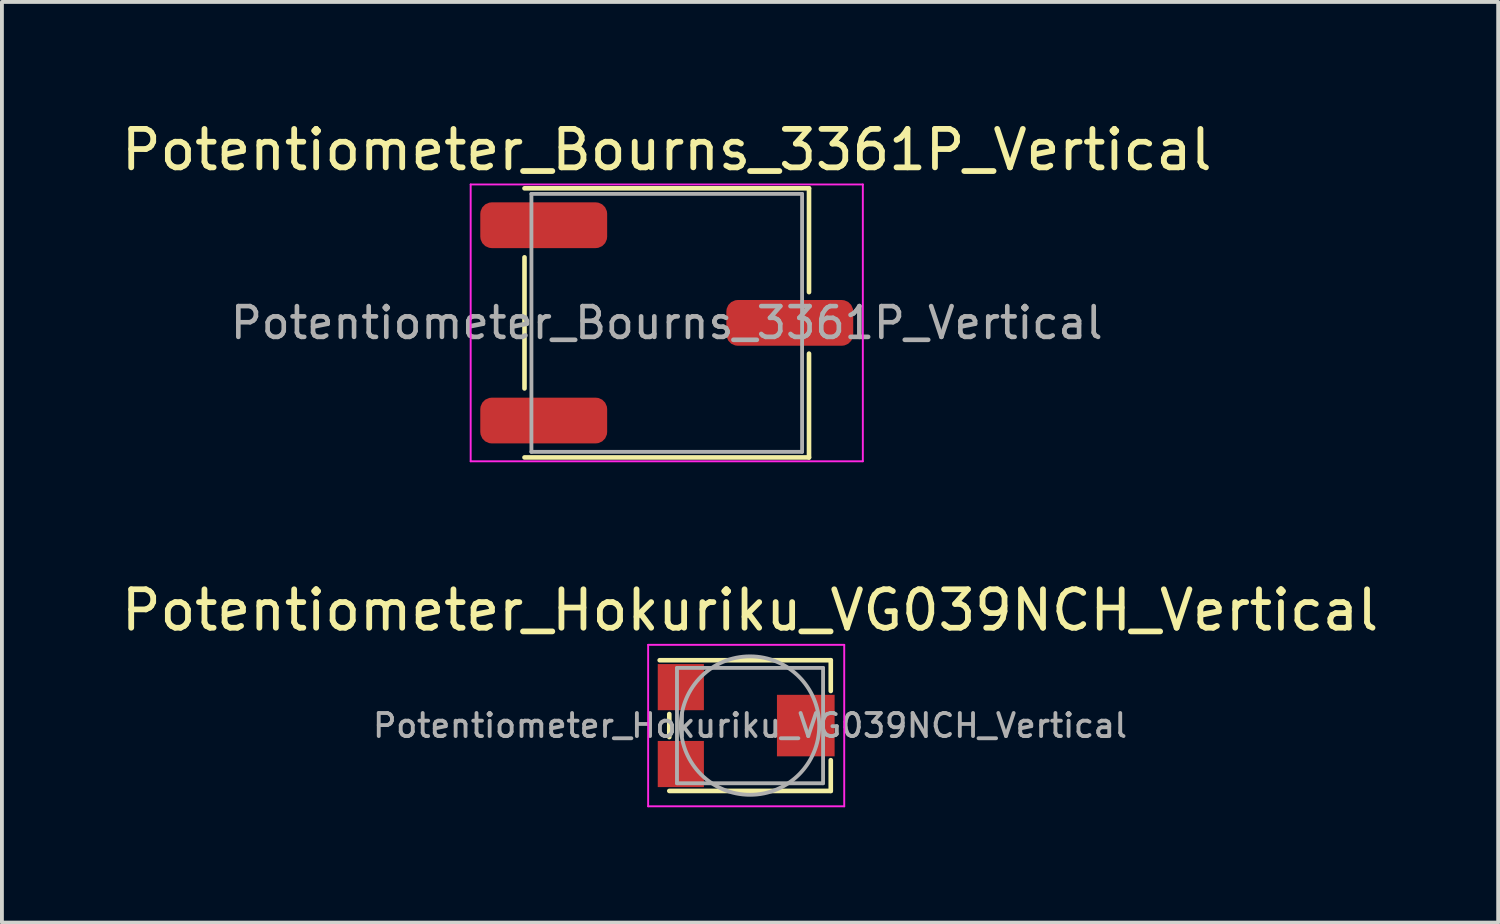
<source format=kicad_pcb>
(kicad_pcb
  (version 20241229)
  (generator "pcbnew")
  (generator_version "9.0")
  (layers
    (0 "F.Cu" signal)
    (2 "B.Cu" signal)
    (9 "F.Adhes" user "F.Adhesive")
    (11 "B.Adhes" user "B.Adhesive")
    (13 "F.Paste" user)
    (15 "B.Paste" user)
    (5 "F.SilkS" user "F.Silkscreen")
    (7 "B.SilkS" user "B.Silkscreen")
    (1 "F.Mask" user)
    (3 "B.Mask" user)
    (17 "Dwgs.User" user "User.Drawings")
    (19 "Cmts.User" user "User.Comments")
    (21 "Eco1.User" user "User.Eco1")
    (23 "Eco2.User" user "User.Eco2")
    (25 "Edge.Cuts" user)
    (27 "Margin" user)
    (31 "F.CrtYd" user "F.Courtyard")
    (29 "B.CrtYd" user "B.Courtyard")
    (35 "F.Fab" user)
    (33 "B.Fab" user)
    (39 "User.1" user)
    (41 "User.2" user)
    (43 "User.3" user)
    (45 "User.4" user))
  (footprint "Potentiometer_Bourns_3361P_Vertical"
    (layer "F.Cu")
    (at 14.292 5.348)
    (property "Reference" "Potentiometer_Bourns_3361P_Vertical" (at 0 -4.5 0) (layer "F.SilkS") (effects (font (size 1 1) (thickness 0.15))))
    (attr smd)
    (fp_line (start -3.7 1.705) (end -3.7 -1.705) (stroke (width 0.12) (type solid)) (layer "F.SilkS"))
    (fp_line (start 3.7 -3.5) (end -3.7 -3.5) (stroke (width 0.12) (type solid)) (layer "F.SilkS"))
    (fp_line (start 3.7 -0.8) (end 3.7 -3.5) (stroke (width 0.12) (type solid)) (layer "F.SilkS"))
    (fp_line (start 3.7 3.5) (end -3.7 3.5) (stroke (width 0.12) (type solid)) (layer "F.SilkS"))
    (fp_line (start 3.7 3.5) (end 3.7 0.8) (stroke (width 0.12) (type solid)) (layer "F.SilkS"))
    (fp_line (start -5.1 -3.6) (end -5.1 3.6) (stroke (width 0.05) (type solid)) (layer "F.CrtYd"))
    (fp_line (start -5.1 3.6) (end 5.1 3.6) (stroke (width 0.05) (type solid)) (layer "F.CrtYd"))
    (fp_line (start 5.1 -3.6) (end -5.1 -3.6) (stroke (width 0.05) (type solid)) (layer "F.CrtYd"))
    (fp_line (start 5.1 3.6) (end 5.1 -3.6) (stroke (width 0.05) (type solid)) (layer "F.CrtYd"))
    (fp_line (start -3.52 -3.355) (end -3.52 3.355) (stroke (width 0.1) (type solid)) (layer "F.Fab"))
    (fp_line (start -3.52 3.355) (end 3.52 3.355) (stroke (width 0.1) (type solid)) (layer "F.Fab"))
    (fp_line (start 3.52 -3.355) (end -3.52 -3.355) (stroke (width 0.1) (type solid)) (layer "F.Fab"))
    (fp_line (start 3.52 3.355) (end 3.52 -3.355) (stroke (width 0.1) (type solid)) (layer "F.Fab"))
    (fp_text user "${REFERENCE}" (at 0 0 0) (layer "F.Fab") (effects (font (size 0.8 0.8) (thickness 0.12))))
    (pad "1" smd roundrect (at -3.2 -2.54 180) (size 3.3 1.19) (layers "F.Cu" "F.Mask" "F.Paste") (roundrect_rratio 0.25))
    (pad "2" smd roundrect (at 3.2 0 180) (size 3.3 1.19) (layers "F.Cu" "F.Mask" "F.Paste") (roundrect_rratio 0.25))
    (pad "3" smd roundrect (at -3.2 2.54 180) (size 3.3 1.19) (layers "F.Cu" "F.Mask" "F.Paste") (roundrect_rratio 0.25)))
  (footprint "Potentiometer_Hokuriku_VG039NCH_Vertical"
    (layer "F.Cu")
    (at 16.358 15.822)
    (property "Reference" "Potentiometer_Hokuriku_VG039NCH_Vertical" (at 0.1 -3 0) (layer "F.SilkS") (effects (font (size 1 1) (thickness 0.15))))
    (attr smd)
    (fp_line (start -2.25 -1.7) (end 2.2 -1.7) (stroke (width 0.12) (type solid)) (layer "F.SilkS"))
    (fp_line (start -2 -0.3) (end -2 0.3) (stroke (width 0.12) (type solid)) (layer "F.SilkS"))
    (fp_line (start -2 1.7) (end 2.2 1.7) (stroke (width 0.12) (type solid)) (layer "F.SilkS"))
    (fp_line (start 2.2 -1.7) (end 2.2 -0.9) (stroke (width 0.12) (type solid)) (layer "F.SilkS"))
    (fp_line (start 2.2 0.9) (end 2.2 1.7) (stroke (width 0.12) (type solid)) (layer "F.SilkS"))
    (fp_line (start -2.55 2.1) (end -2.55 -2.1) (stroke (width 0.05) (type solid)) (layer "F.CrtYd"))
    (fp_line (start 2.55 -2.1) (end -2.55 -2.1) (stroke (width 0.05) (type solid)) (layer "F.CrtYd"))
    (fp_line (start 2.55 2.1) (end -2.55 2.1) (stroke (width 0.05) (type solid)) (layer "F.CrtYd"))
    (fp_line (start 2.55 2.1) (end 2.55 -2.1) (stroke (width 0.05) (type solid)) (layer "F.CrtYd"))
    (fp_line (start -1.8 -1.5) (end -1.8 1.5) (stroke (width 0.1) (type solid)) (layer "F.Fab"))
    (fp_line (start -1.8 -1.5) (end 2 -1.5) (stroke (width 0.1) (type solid)) (layer "F.Fab"))
    (fp_line (start -1.8 1.5) (end 2 1.5) (stroke (width 0.1) (type solid)) (layer "F.Fab"))
    (fp_line (start 2 1.5) (end 2 -1.5) (stroke (width 0.1) (type solid)) (layer "F.Fab"))
    (fp_circle (center 0.1 0) (end 1.9 0) (stroke (width 0.1) (type solid)) (fill no) (layer "F.Fab"))
    (fp_text user "${REFERENCE}" (at 0.1 0 0) (layer "F.Fab") (effects (font (size 0.6 0.6) (thickness 0.1))))
    (pad "1" smd rect (at -1.7 -1) (size 1.2 1.2) (layers "F.Cu" "F.Mask" "F.Paste"))
    (pad "2" smd rect (at 1.55 0) (size 1.5 1.6) (layers "F.Cu" "F.Mask" "F.Paste"))
    (pad "3" smd rect (at -1.7 1) (size 1.2 1.2) (layers "F.Cu" "F.Mask" "F.Paste")))
  (gr_rect
    (start -3 -3)
    (end 35.917 20.947)
    (stroke (width 0.1) (type default))
    (fill no)
    (layer "Edge.Cuts")))
</source>
